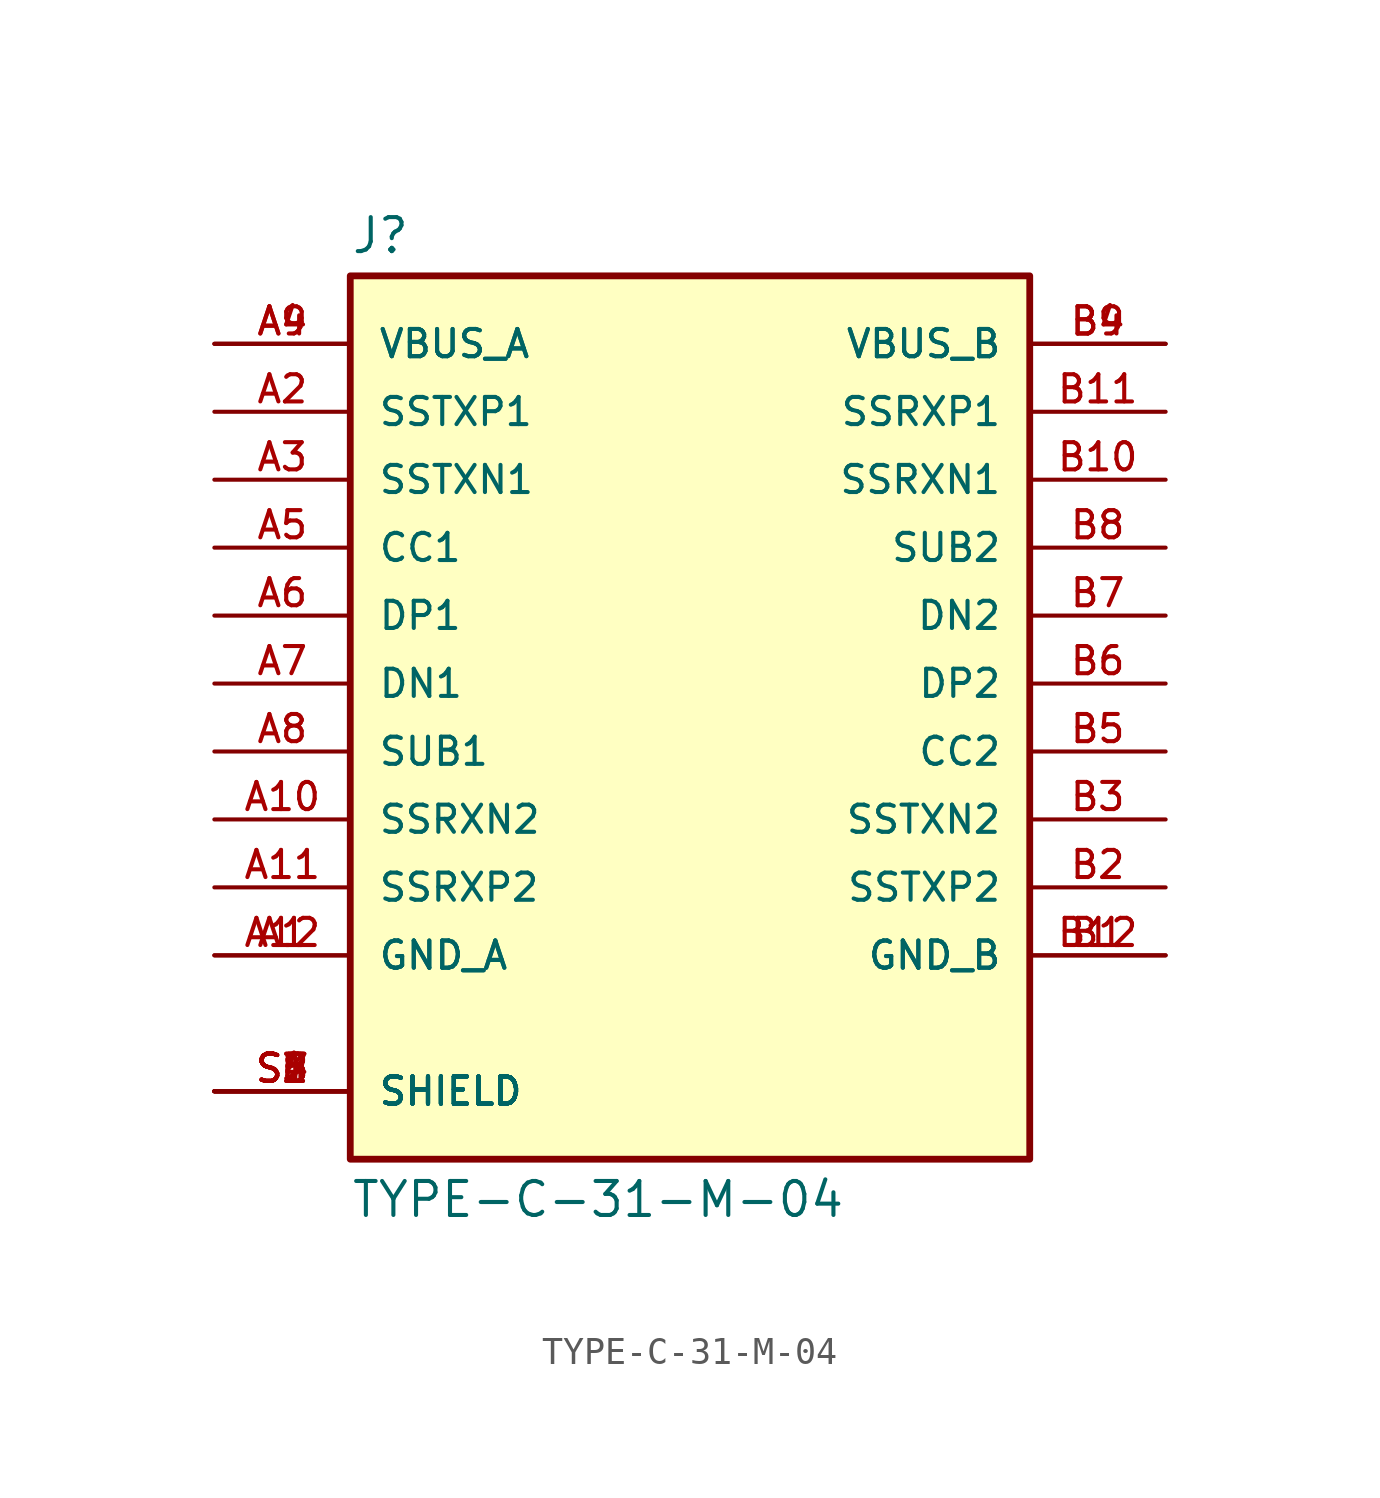
<source format=kicad_sym>
(kicad_symbol_lib
  (version 20211014)
  (generator kicad_symbol_editor)
  (symbol "TYPE-C-31-M-04"
    (pin_names
      (offset 1.016))
    (property "Reference" "J"
      (at -12.7 16.002 0)
      (effects (font (size 1.27 1.27)) (justify bottom left)))
    (property "Value" "TYPE-C-31-M-04"
      (at -12.7 -18.542 0.0)
      (effects (font (size 1.27 1.27)) (justify top left)))
    (symbol "TYPE-C-31-M-04_0_0"
      (rectangle (start -12.7 -17.78) (end 12.7 15.24) (stroke (width 0.254)) (fill (type background)))
      (pin power_in line (at -17.78 -10.16 0) (length 5.08) (name "GND_A" (effects (font (size 1.016 1.016)))) (number "A1" (effects (font (size 1.016 1.016)))))
      (pin power_in line (at -17.78 -10.16 0) (length 5.08) (name "GND_A" (effects (font (size 1.016 1.016)))) (number "A12" (effects (font (size 1.016 1.016)))))
      (pin bidirectional line (at -17.78 7.62 0) (length 5.08) (name "SSTXN1" (effects (font (size 1.016 1.016)))) (number "A3" (effects (font (size 1.016 1.016)))))
      (pin bidirectional line (at -17.78 10.16 0) (length 5.08) (name "SSTXP1" (effects (font (size 1.016 1.016)))) (number "A2" (effects (font (size 1.016 1.016)))))
      (pin power_in line (at -17.78 12.7 0) (length 5.08) (name "VBUS_A" (effects (font (size 1.016 1.016)))) (number "A4" (effects (font (size 1.016 1.016)))))
      (pin power_in line (at -17.78 12.7 0) (length 5.08) (name "VBUS_A" (effects (font (size 1.016 1.016)))) (number "A9" (effects (font (size 1.016 1.016)))))
      (pin bidirectional line (at -17.78 2.54 0) (length 5.08) (name "DP1" (effects (font (size 1.016 1.016)))) (number "A6" (effects (font (size 1.016 1.016)))))
      (pin bidirectional line (at -17.78 5.08 0) (length 5.08) (name "CC1" (effects (font (size 1.016 1.016)))) (number "A5" (effects (font (size 1.016 1.016)))))
      (pin bidirectional line (at -17.78 -2.54 0) (length 5.08) (name "SUB1" (effects (font (size 1.016 1.016)))) (number "A8" (effects (font (size 1.016 1.016)))))
      (pin bidirectional line (at -17.78 0.0 0) (length 5.08) (name "DN1" (effects (font (size 1.016 1.016)))) (number "A7" (effects (font (size 1.016 1.016)))))
      (pin bidirectional line (at -17.78 -5.08 0) (length 5.08) (name "SSRXN2" (effects (font (size 1.016 1.016)))) (number "A10" (effects (font (size 1.016 1.016)))))
      (pin bidirectional line (at -17.78 -7.62 0) (length 5.08) (name "SSRXP2" (effects (font (size 1.016 1.016)))) (number "A11" (effects (font (size 1.016 1.016)))))
      (pin passive line (at -17.78 -15.24 0) (length 5.08) (name "SHIELD" (effects (font (size 1.016 1.016)))) (number "S1" (effects (font (size 1.016 1.016)))))
      (pin passive line (at -17.78 -15.24 0) (length 5.08) (name "SHIELD" (effects (font (size 1.016 1.016)))) (number "S2" (effects (font (size 1.016 1.016)))))
      (pin passive line (at -17.78 -15.24 0) (length 5.08) (name "SHIELD" (effects (font (size 1.016 1.016)))) (number "S3" (effects (font (size 1.016 1.016)))))
      (pin passive line (at -17.78 -15.24 0) (length 5.08) (name "SHIELD" (effects (font (size 1.016 1.016)))) (number "S4" (effects (font (size 1.016 1.016)))))
      (pin passive line (at -17.78 -15.24 0) (length 5.08) (name "SHIELD" (effects (font (size 1.016 1.016)))) (number "S5" (effects (font (size 1.016 1.016)))))
      (pin passive line (at -17.78 -15.24 0) (length 5.08) (name "SHIELD" (effects (font (size 1.016 1.016)))) (number "S6" (effects (font (size 1.016 1.016)))))
      (pin passive line (at -17.78 -15.24 0) (length 5.08) (name "SHIELD" (effects (font (size 1.016 1.016)))) (number "S7" (effects (font (size 1.016 1.016)))))
      (pin passive line (at -17.78 -15.24 0) (length 5.08) (name "SHIELD" (effects (font (size 1.016 1.016)))) (number "S8" (effects (font (size 1.016 1.016)))))
      (pin power_in line (at 17.78 -10.16 180.0) (length 5.08) (name "GND_B" (effects (font (size 1.016 1.016)))) (number "B1" (effects (font (size 1.016 1.016)))))
      (pin power_in line (at 17.78 -10.16 180.0) (length 5.08) (name "GND_B" (effects (font (size 1.016 1.016)))) (number "B12" (effects (font (size 1.016 1.016)))))
      (pin bidirectional line (at 17.78 -5.08 180.0) (length 5.08) (name "SSTXN2" (effects (font (size 1.016 1.016)))) (number "B3" (effects (font (size 1.016 1.016)))))
      (pin bidirectional line (at 17.78 -7.62 180.0) (length 5.08) (name "SSTXP2" (effects (font (size 1.016 1.016)))) (number "B2" (effects (font (size 1.016 1.016)))))
      (pin power_in line (at 17.78 12.7 180.0) (length 5.08) (name "VBUS_B" (effects (font (size 1.016 1.016)))) (number "B4" (effects (font (size 1.016 1.016)))))
      (pin power_in line (at 17.78 12.7 180.0) (length 5.08) (name "VBUS_B" (effects (font (size 1.016 1.016)))) (number "B9" (effects (font (size 1.016 1.016)))))
      (pin bidirectional line (at 17.78 0.0 180.0) (length 5.08) (name "DP2" (effects (font (size 1.016 1.016)))) (number "B6" (effects (font (size 1.016 1.016)))))
      (pin bidirectional line (at 17.78 -2.54 180.0) (length 5.08) (name "CC2" (effects (font (size 1.016 1.016)))) (number "B5" (effects (font (size 1.016 1.016)))))
      (pin bidirectional line (at 17.78 5.08 180.0) (length 5.08) (name "SUB2" (effects (font (size 1.016 1.016)))) (number "B8" (effects (font (size 1.016 1.016)))))
      (pin bidirectional line (at 17.78 2.54 180.0) (length 5.08) (name "DN2" (effects (font (size 1.016 1.016)))) (number "B7" (effects (font (size 1.016 1.016)))))
      (pin bidirectional line (at 17.78 7.62 180.0) (length 5.08) (name "SSRXN1" (effects (font (size 1.016 1.016)))) (number "B10" (effects (font (size 1.016 1.016)))))
      (pin bidirectional line (at 17.78 10.16 180.0) (length 5.08) (name "SSRXP1" (effects (font (size 1.016 1.016)))) (number "B11" (effects (font (size 1.016 1.016))))))))
</source>
